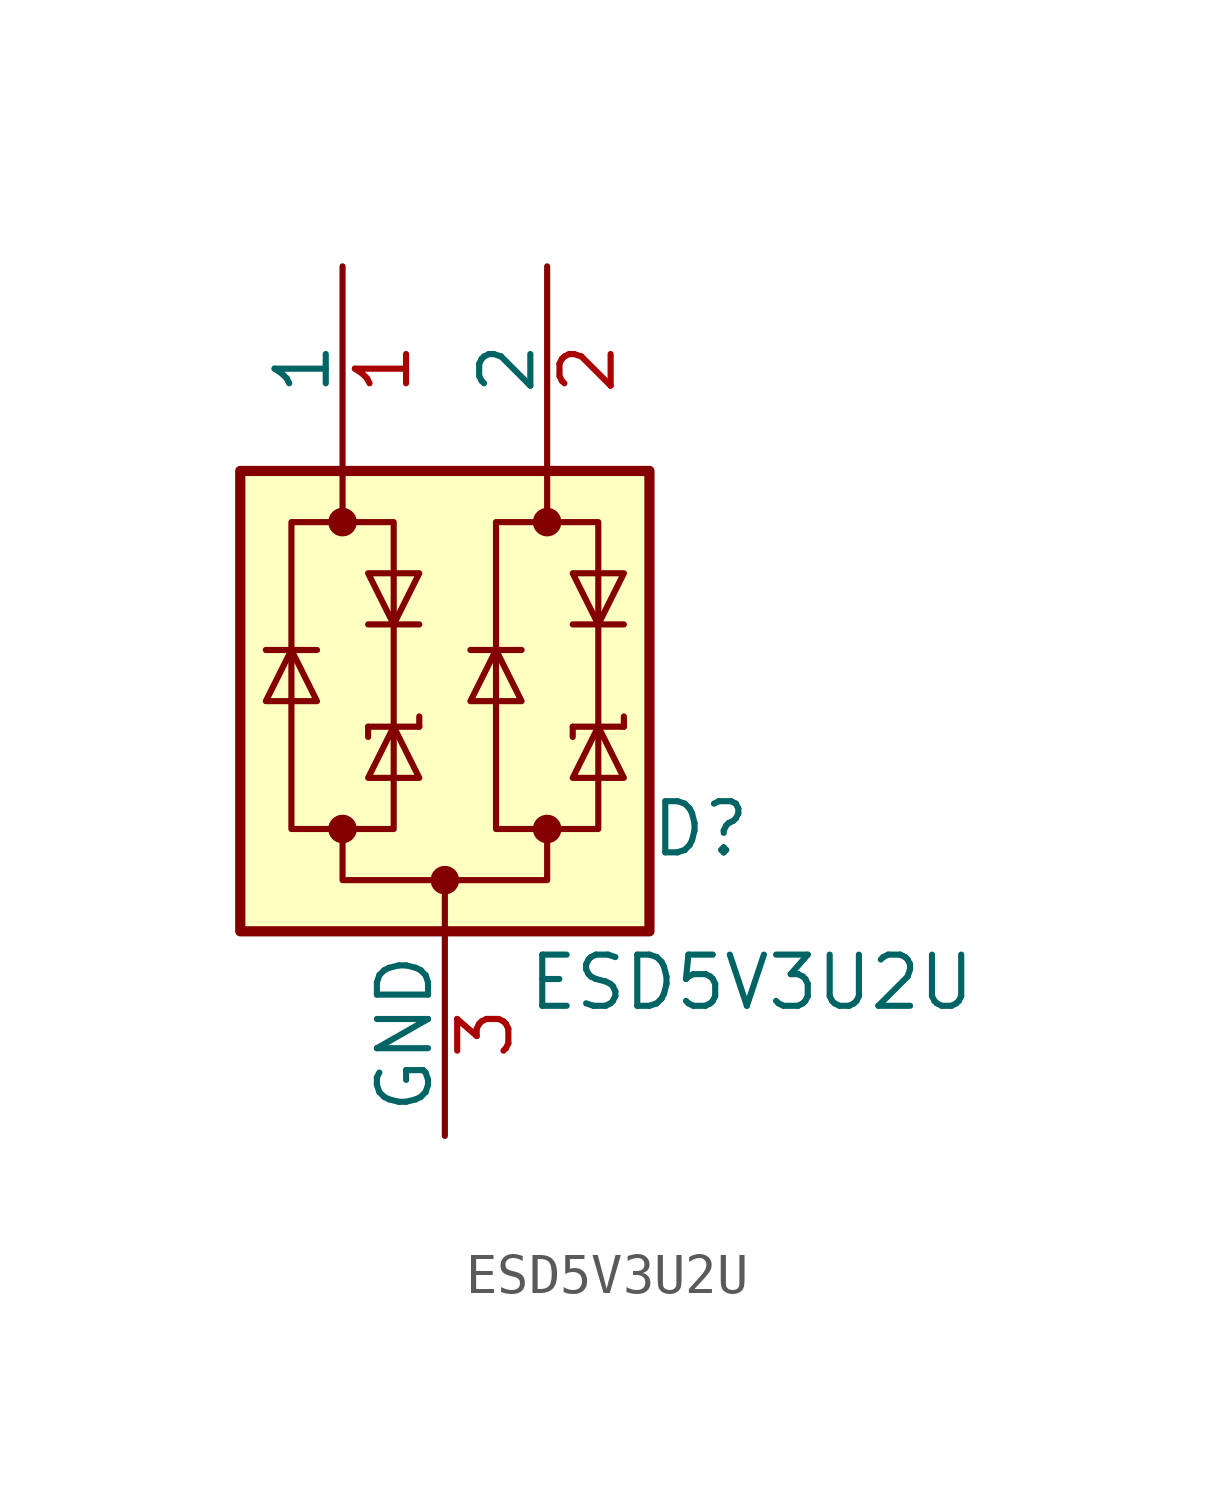
<source format=kicad_sym>
(kicad_symbol_lib
  (version 20220914)
  (generator kicad_symbol_editor)
  (symbol "ESD5V3U2U"
    (pin_names
      (offset 0))
    (property "Reference" "D"
      (at 6.35 -3.81 0)
      (effects (font (size 1.27 1.27))))
    (property "Value" "ESD5V3U2U"
      (at 7.62 -7.62 0)
      (effects (font (size 1.27 1.27))))
    (symbol "ESD5V3U2U_0_1"
      (rectangle (start -5.08 5.08) (end 5.08 -6.35) (stroke (width 0.254) (type default)) (fill (type background)))
      (rectangle (start -3.81 3.81) (end -1.27 -3.81) (stroke (width 0) (type default)) (fill (type none)))
      (circle (center -2.54 -3.81) (radius 0.279) (stroke (width 0) (type default)) (fill (type outline)))
      (circle (center -2.54 3.81) (radius 0.279) (stroke (width 0) (type default)) (fill (type outline)))
      (circle (center 0 -5.08) (radius 0.279) (stroke (width 0) (type default)) (fill (type outline)))
      (polyline (pts (xy -4.445 0.635) (xy -3.175 0.635)) (stroke (width 0) (type default)) (fill (type none)))
      (polyline (pts (xy -2.54 3.81) (xy -2.54 5.08)) (stroke (width 0) (type default)) (fill (type none)))
      (polyline (pts (xy -1.905 -1.27) (xy -1.905 -1.524)) (stroke (width 0) (type default)) (fill (type none)))
      (polyline (pts (xy -1.905 -1.27) (xy -0.635 -1.27)) (stroke (width 0) (type default)) (fill (type none)))
      (polyline (pts (xy -0.635 -1.27) (xy -0.635 -1.016)) (stroke (width 0) (type default)) (fill (type none)))
      (polyline (pts (xy -0.635 1.27) (xy -1.905 1.27)) (stroke (width 0) (type default)) (fill (type none)))
      (polyline (pts (xy 0 -6.35) (xy 0 -5.08)) (stroke (width 0) (type default)) (fill (type none)))
      (polyline (pts (xy 0.635 0.635) (xy 1.905 0.635)) (stroke (width 0) (type default)) (fill (type none)))
      (polyline (pts (xy 2.54 3.81) (xy 2.54 5.08)) (stroke (width 0) (type default)) (fill (type none)))
      (polyline (pts (xy 3.175 -1.27) (xy 3.175 -1.524)) (stroke (width 0) (type default)) (fill (type none)))
      (polyline (pts (xy 3.175 -1.27) (xy 4.445 -1.27)) (stroke (width 0) (type default)) (fill (type none)))
      (polyline (pts (xy 4.445 -1.27) (xy 4.445 -1.016)) (stroke (width 0) (type default)) (fill (type none)))
      (polyline (pts (xy 4.445 1.27) (xy 3.175 1.27)) (stroke (width 0) (type default)) (fill (type none)))
      (polyline (pts (xy -3.175 -0.635) (xy -4.445 -0.635) (xy -3.81 0.635) (xy -3.175 -0.635)) (stroke (width 0) (type default)) (fill (type none)))
      (polyline (pts (xy -1.905 2.54) (xy -0.635 2.54) (xy -1.27 1.27) (xy -1.905 2.54)) (stroke (width 0) (type default)) (fill (type none)))
      (polyline (pts (xy -0.635 -2.54) (xy -1.905 -2.54) (xy -1.27 -1.27) (xy -0.635 -2.54)) (stroke (width 0) (type default)) (fill (type none)))
      (polyline (pts (xy 1.905 -0.635) (xy 0.635 -0.635) (xy 1.27 0.635) (xy 1.905 -0.635)) (stroke (width 0) (type default)) (fill (type none)))
      (polyline (pts (xy 3.175 2.54) (xy 4.445 2.54) (xy 3.81 1.27) (xy 3.175 2.54)) (stroke (width 0) (type default)) (fill (type none)))
      (polyline (pts (xy 4.445 -2.54) (xy 3.175 -2.54) (xy 3.81 -1.27) (xy 4.445 -2.54)) (stroke (width 0) (type default)) (fill (type none)))
      (polyline (pts (xy 2.54 -3.81) (xy 2.54 -5.08) (xy 0 -5.08) (xy -2.54 -5.08) (xy -2.54 -3.81)) (stroke (width 0) (type default)) (fill (type none)))
      (rectangle (start 1.27 3.81) (end 3.81 -3.81) (stroke (width 0) (type default)) (fill (type none)))
      (circle (center 2.54 -3.81) (radius 0.279) (stroke (width 0) (type default)) (fill (type outline)))
      (circle (center 2.54 3.81) (radius 0.279) (stroke (width 0) (type default)) (fill (type outline))))
    (symbol "ESD5V3U2U_1_1"
      (pin passive line (at -2.54 10.16 270) (length 5.08) (name "1" (effects (font (size 1.27 1.27)))) (number "1" (effects (font (size 1.27 1.27)))))
      (pin passive line (at 2.54 10.16 270) (length 5.08) (name "2" (effects (font (size 1.27 1.27)))) (number "2" (effects (font (size 1.27 1.27)))))
      (pin passive line (at 0 -11.43 90) (length 5.08) (name "GND" (effects (font (size 1.27 1.27)))) (number "3" (effects (font (size 1.27 1.27))))))))
</source>
